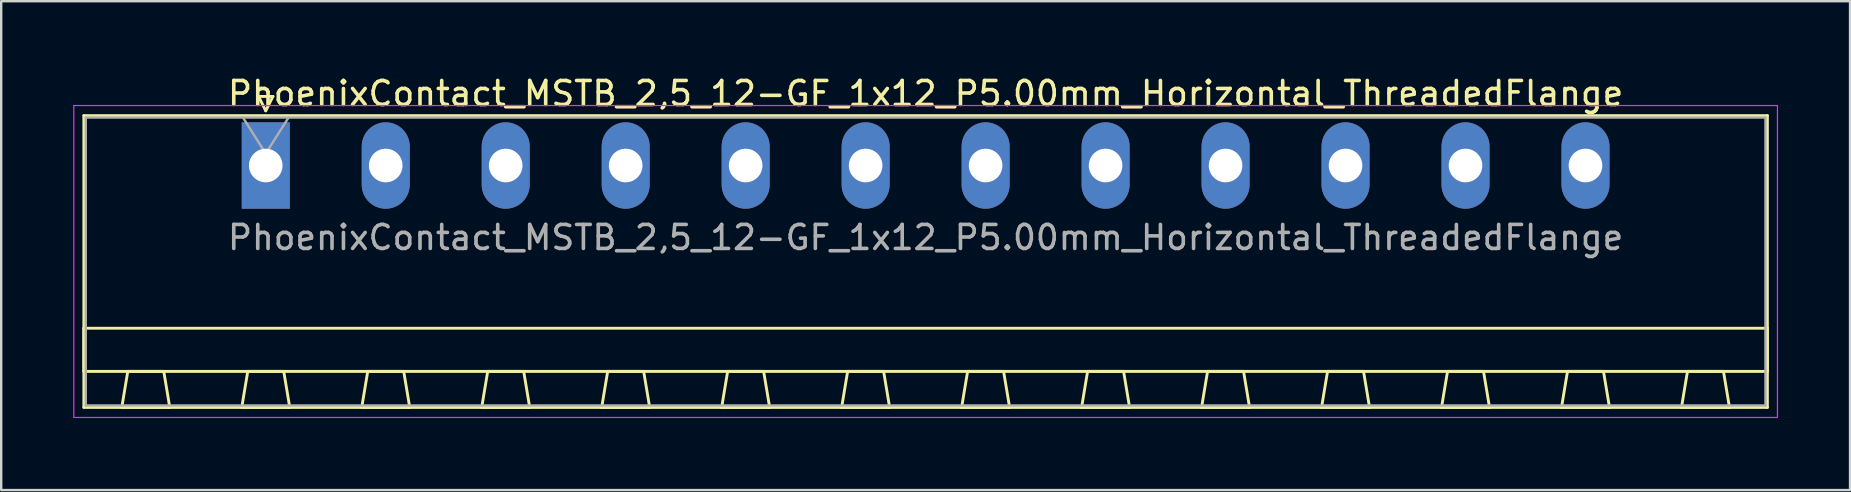
<source format=kicad_pcb>
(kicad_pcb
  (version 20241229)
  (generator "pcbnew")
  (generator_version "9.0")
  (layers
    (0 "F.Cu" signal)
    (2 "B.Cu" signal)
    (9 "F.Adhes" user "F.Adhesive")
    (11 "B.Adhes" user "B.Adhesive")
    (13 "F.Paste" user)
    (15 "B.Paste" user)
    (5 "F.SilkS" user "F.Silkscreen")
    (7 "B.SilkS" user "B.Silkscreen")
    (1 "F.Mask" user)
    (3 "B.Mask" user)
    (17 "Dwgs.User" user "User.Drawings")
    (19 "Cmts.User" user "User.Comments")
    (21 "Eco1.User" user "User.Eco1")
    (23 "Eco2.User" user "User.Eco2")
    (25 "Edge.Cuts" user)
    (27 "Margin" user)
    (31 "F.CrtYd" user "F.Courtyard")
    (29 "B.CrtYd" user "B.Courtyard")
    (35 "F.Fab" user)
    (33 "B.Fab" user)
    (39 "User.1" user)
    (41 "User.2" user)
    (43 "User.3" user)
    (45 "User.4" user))
  (footprint "PhoenixContact_MSTB_2,5_12-GF_1x12_P5.00mm_Horizontal_ThreadedFlange"
    (layer "F.Cu")
    (at 8.025 3.848)
    (property "Reference" "PhoenixContact_MSTB_2,5_12-GF_1x12_P5.00mm_Horizontal_ThreadedFlange" (at 27.5 -3 0) (layer "F.SilkS") (effects (font (size 1 1) (thickness 0.15))))
    (attr through_hole)
    (fp_line (start -7.58 -2.08) (end -7.58 10.08) (stroke (width 0.12) (type solid)) (layer "F.SilkS"))
    (fp_line (start -7.58 6.78) (end 62.58 6.78) (stroke (width 0.12) (type solid)) (layer "F.SilkS"))
    (fp_line (start -7.58 8.58) (end -7.58 6.78) (stroke (width 0.12) (type solid)) (layer "F.SilkS"))
    (fp_line (start -7.58 10.08) (end 62.58 10.08) (stroke (width 0.12) (type solid)) (layer "F.SilkS"))
    (fp_line (start -6 10.08) (end -4 10.08) (stroke (width 0.12) (type solid)) (layer "F.SilkS"))
    (fp_line (start -5.75 8.58) (end -6 10.08) (stroke (width 0.12) (type solid)) (layer "F.SilkS"))
    (fp_line (start -4.25 8.58) (end -5.75 8.58) (stroke (width 0.12) (type solid)) (layer "F.SilkS"))
    (fp_line (start -4 10.08) (end -4.25 8.58) (stroke (width 0.12) (type solid)) (layer "F.SilkS"))
    (fp_line (start -1 10.08) (end 1 10.08) (stroke (width 0.12) (type solid)) (layer "F.SilkS"))
    (fp_line (start -0.75 8.58) (end -1 10.08) (stroke (width 0.12) (type solid)) (layer "F.SilkS"))
    (fp_line (start -0.3 -2.88) (end 0.3 -2.88) (stroke (width 0.12) (type solid)) (layer "F.SilkS"))
    (fp_line (start 0 -2.28) (end -0.3 -2.88) (stroke (width 0.12) (type solid)) (layer "F.SilkS"))
    (fp_line (start 0.3 -2.88) (end 0 -2.28) (stroke (width 0.12) (type solid)) (layer "F.SilkS"))
    (fp_line (start 0.75 8.58) (end -0.75 8.58) (stroke (width 0.12) (type solid)) (layer "F.SilkS"))
    (fp_line (start 1 10.08) (end 0.75 8.58) (stroke (width 0.12) (type solid)) (layer "F.SilkS"))
    (fp_line (start 4 10.08) (end 6 10.08) (stroke (width 0.12) (type solid)) (layer "F.SilkS"))
    (fp_line (start 4.25 8.58) (end 4 10.08) (stroke (width 0.12) (type solid)) (layer "F.SilkS"))
    (fp_line (start 5.75 8.58) (end 4.25 8.58) (stroke (width 0.12) (type solid)) (layer "F.SilkS"))
    (fp_line (start 6 10.08) (end 5.75 8.58) (stroke (width 0.12) (type solid)) (layer "F.SilkS"))
    (fp_line (start 9 10.08) (end 11 10.08) (stroke (width 0.12) (type solid)) (layer "F.SilkS"))
    (fp_line (start 9.25 8.58) (end 9 10.08) (stroke (width 0.12) (type solid)) (layer "F.SilkS"))
    (fp_line (start 10.75 8.58) (end 9.25 8.58) (stroke (width 0.12) (type solid)) (layer "F.SilkS"))
    (fp_line (start 11 10.08) (end 10.75 8.58) (stroke (width 0.12) (type solid)) (layer "F.SilkS"))
    (fp_line (start 14 10.08) (end 16 10.08) (stroke (width 0.12) (type solid)) (layer "F.SilkS"))
    (fp_line (start 14.25 8.58) (end 14 10.08) (stroke (width 0.12) (type solid)) (layer "F.SilkS"))
    (fp_line (start 15.75 8.58) (end 14.25 8.58) (stroke (width 0.12) (type solid)) (layer "F.SilkS"))
    (fp_line (start 16 10.08) (end 15.75 8.58) (stroke (width 0.12) (type solid)) (layer "F.SilkS"))
    (fp_line (start 19 10.08) (end 21 10.08) (stroke (width 0.12) (type solid)) (layer "F.SilkS"))
    (fp_line (start 19.25 8.58) (end 19 10.08) (stroke (width 0.12) (type solid)) (layer "F.SilkS"))
    (fp_line (start 20.75 8.58) (end 19.25 8.58) (stroke (width 0.12) (type solid)) (layer "F.SilkS"))
    (fp_line (start 21 10.08) (end 20.75 8.58) (stroke (width 0.12) (type solid)) (layer "F.SilkS"))
    (fp_line (start 24 10.08) (end 26 10.08) (stroke (width 0.12) (type solid)) (layer "F.SilkS"))
    (fp_line (start 24.25 8.58) (end 24 10.08) (stroke (width 0.12) (type solid)) (layer "F.SilkS"))
    (fp_line (start 25.75 8.58) (end 24.25 8.58) (stroke (width 0.12) (type solid)) (layer "F.SilkS"))
    (fp_line (start 26 10.08) (end 25.75 8.58) (stroke (width 0.12) (type solid)) (layer "F.SilkS"))
    (fp_line (start 29 10.08) (end 31 10.08) (stroke (width 0.12) (type solid)) (layer "F.SilkS"))
    (fp_line (start 29.25 8.58) (end 29 10.08) (stroke (width 0.12) (type solid)) (layer "F.SilkS"))
    (fp_line (start 30.75 8.58) (end 29.25 8.58) (stroke (width 0.12) (type solid)) (layer "F.SilkS"))
    (fp_line (start 31 10.08) (end 30.75 8.58) (stroke (width 0.12) (type solid)) (layer "F.SilkS"))
    (fp_line (start 34 10.08) (end 36 10.08) (stroke (width 0.12) (type solid)) (layer "F.SilkS"))
    (fp_line (start 34.25 8.58) (end 34 10.08) (stroke (width 0.12) (type solid)) (layer "F.SilkS"))
    (fp_line (start 35.75 8.58) (end 34.25 8.58) (stroke (width 0.12) (type solid)) (layer "F.SilkS"))
    (fp_line (start 36 10.08) (end 35.75 8.58) (stroke (width 0.12) (type solid)) (layer "F.SilkS"))
    (fp_line (start 39 10.08) (end 41 10.08) (stroke (width 0.12) (type solid)) (layer "F.SilkS"))
    (fp_line (start 39.25 8.58) (end 39 10.08) (stroke (width 0.12) (type solid)) (layer "F.SilkS"))
    (fp_line (start 40.75 8.58) (end 39.25 8.58) (stroke (width 0.12) (type solid)) (layer "F.SilkS"))
    (fp_line (start 41 10.08) (end 40.75 8.58) (stroke (width 0.12) (type solid)) (layer "F.SilkS"))
    (fp_line (start 44 10.08) (end 46 10.08) (stroke (width 0.12) (type solid)) (layer "F.SilkS"))
    (fp_line (start 44.25 8.58) (end 44 10.08) (stroke (width 0.12) (type solid)) (layer "F.SilkS"))
    (fp_line (start 45.75 8.58) (end 44.25 8.58) (stroke (width 0.12) (type solid)) (layer "F.SilkS"))
    (fp_line (start 46 10.08) (end 45.75 8.58) (stroke (width 0.12) (type solid)) (layer "F.SilkS"))
    (fp_line (start 49 10.08) (end 51 10.08) (stroke (width 0.12) (type solid)) (layer "F.SilkS"))
    (fp_line (start 49.25 8.58) (end 49 10.08) (stroke (width 0.12) (type solid)) (layer "F.SilkS"))
    (fp_line (start 50.75 8.58) (end 49.25 8.58) (stroke (width 0.12) (type solid)) (layer "F.SilkS"))
    (fp_line (start 51 10.08) (end 50.75 8.58) (stroke (width 0.12) (type solid)) (layer "F.SilkS"))
    (fp_line (start 54 10.08) (end 56 10.08) (stroke (width 0.12) (type solid)) (layer "F.SilkS"))
    (fp_line (start 54.25 8.58) (end 54 10.08) (stroke (width 0.12) (type solid)) (layer "F.SilkS"))
    (fp_line (start 55.75 8.58) (end 54.25 8.58) (stroke (width 0.12) (type solid)) (layer "F.SilkS"))
    (fp_line (start 56 10.08) (end 55.75 8.58) (stroke (width 0.12) (type solid)) (layer "F.SilkS"))
    (fp_line (start 59 10.08) (end 61 10.08) (stroke (width 0.12) (type solid)) (layer "F.SilkS"))
    (fp_line (start 59.25 8.58) (end 59 10.08) (stroke (width 0.12) (type solid)) (layer "F.SilkS"))
    (fp_line (start 60.75 8.58) (end 59.25 8.58) (stroke (width 0.12) (type solid)) (layer "F.SilkS"))
    (fp_line (start 61 10.08) (end 60.75 8.58) (stroke (width 0.12) (type solid)) (layer "F.SilkS"))
    (fp_line (start 62.58 -2.08) (end -7.58 -2.08) (stroke (width 0.12) (type solid)) (layer "F.SilkS"))
    (fp_line (start 62.58 6.78) (end 62.58 8.58) (stroke (width 0.12) (type solid)) (layer "F.SilkS"))
    (fp_line (start 62.58 8.58) (end -7.58 8.58) (stroke (width 0.12) (type solid)) (layer "F.SilkS"))
    (fp_line (start 62.58 10.08) (end 62.58 -2.08) (stroke (width 0.12) (type solid)) (layer "F.SilkS"))
    (fp_line (start -8 -2.5) (end -8 10.5) (stroke (width 0.05) (type solid)) (layer "F.CrtYd"))
    (fp_line (start -8 10.5) (end 63 10.5) (stroke (width 0.05) (type solid)) (layer "F.CrtYd"))
    (fp_line (start 63 -2.5) (end -8 -2.5) (stroke (width 0.05) (type solid)) (layer "F.CrtYd"))
    (fp_line (start 63 10.5) (end 63 -2.5) (stroke (width 0.05) (type solid)) (layer "F.CrtYd"))
    (fp_line (start -7.5 -2) (end -7.5 10) (stroke (width 0.1) (type solid)) (layer "F.Fab"))
    (fp_line (start -7.5 10) (end 62.5 10) (stroke (width 0.1) (type solid)) (layer "F.Fab"))
    (fp_line (start 0 -0.5) (end -0.95 -2) (stroke (width 0.1) (type solid)) (layer "F.Fab"))
    (fp_line (start 0.95 -2) (end 0 -0.5) (stroke (width 0.1) (type solid)) (layer "F.Fab"))
    (fp_line (start 62.5 -2) (end -7.5 -2) (stroke (width 0.1) (type solid)) (layer "F.Fab"))
    (fp_line (start 62.5 10) (end 62.5 -2) (stroke (width 0.1) (type solid)) (layer "F.Fab"))
    (fp_text user "${REFERENCE}" (at 27.5 3 0) (layer "F.Fab") (effects (font (size 1 1) (thickness 0.15))))
    (pad "1" thru_hole rect (at 0 0) (size 2 3.6) (drill 1.4) (layers "*.Cu" "*.Mask"))
    (pad "2" thru_hole oval (at 5 0) (size 2 3.6) (drill 1.4) (layers "*.Cu" "*.Mask"))
    (pad "3" thru_hole oval (at 10 0) (size 2 3.6) (drill 1.4) (layers "*.Cu" "*.Mask"))
    (pad "4" thru_hole oval (at 15 0) (size 2 3.6) (drill 1.4) (layers "*.Cu" "*.Mask"))
    (pad "5" thru_hole oval (at 20 0) (size 2 3.6) (drill 1.4) (layers "*.Cu" "*.Mask"))
    (pad "6" thru_hole oval (at 25 0) (size 2 3.6) (drill 1.4) (layers "*.Cu" "*.Mask"))
    (pad "7" thru_hole oval (at 30 0) (size 2 3.6) (drill 1.4) (layers "*.Cu" "*.Mask"))
    (pad "8" thru_hole oval (at 35 0) (size 2 3.6) (drill 1.4) (layers "*.Cu" "*.Mask"))
    (pad "9" thru_hole oval (at 40 0) (size 2 3.6) (drill 1.4) (layers "*.Cu" "*.Mask"))
    (pad "10" thru_hole oval (at 45 0) (size 2 3.6) (drill 1.4) (layers "*.Cu" "*.Mask"))
    (pad "11" thru_hole oval (at 50 0) (size 2 3.6) (drill 1.4) (layers "*.Cu" "*.Mask"))
    (pad "12" thru_hole oval (at 55 0) (size 2 3.6) (drill 1.4) (layers "*.Cu" "*.Mask")))
  (gr_rect
    (start -3 -3)
    (end 74.05 17.373)
    (stroke (width 0.1) (type default))
    (fill no)
    (layer "Edge.Cuts")))
</source>
